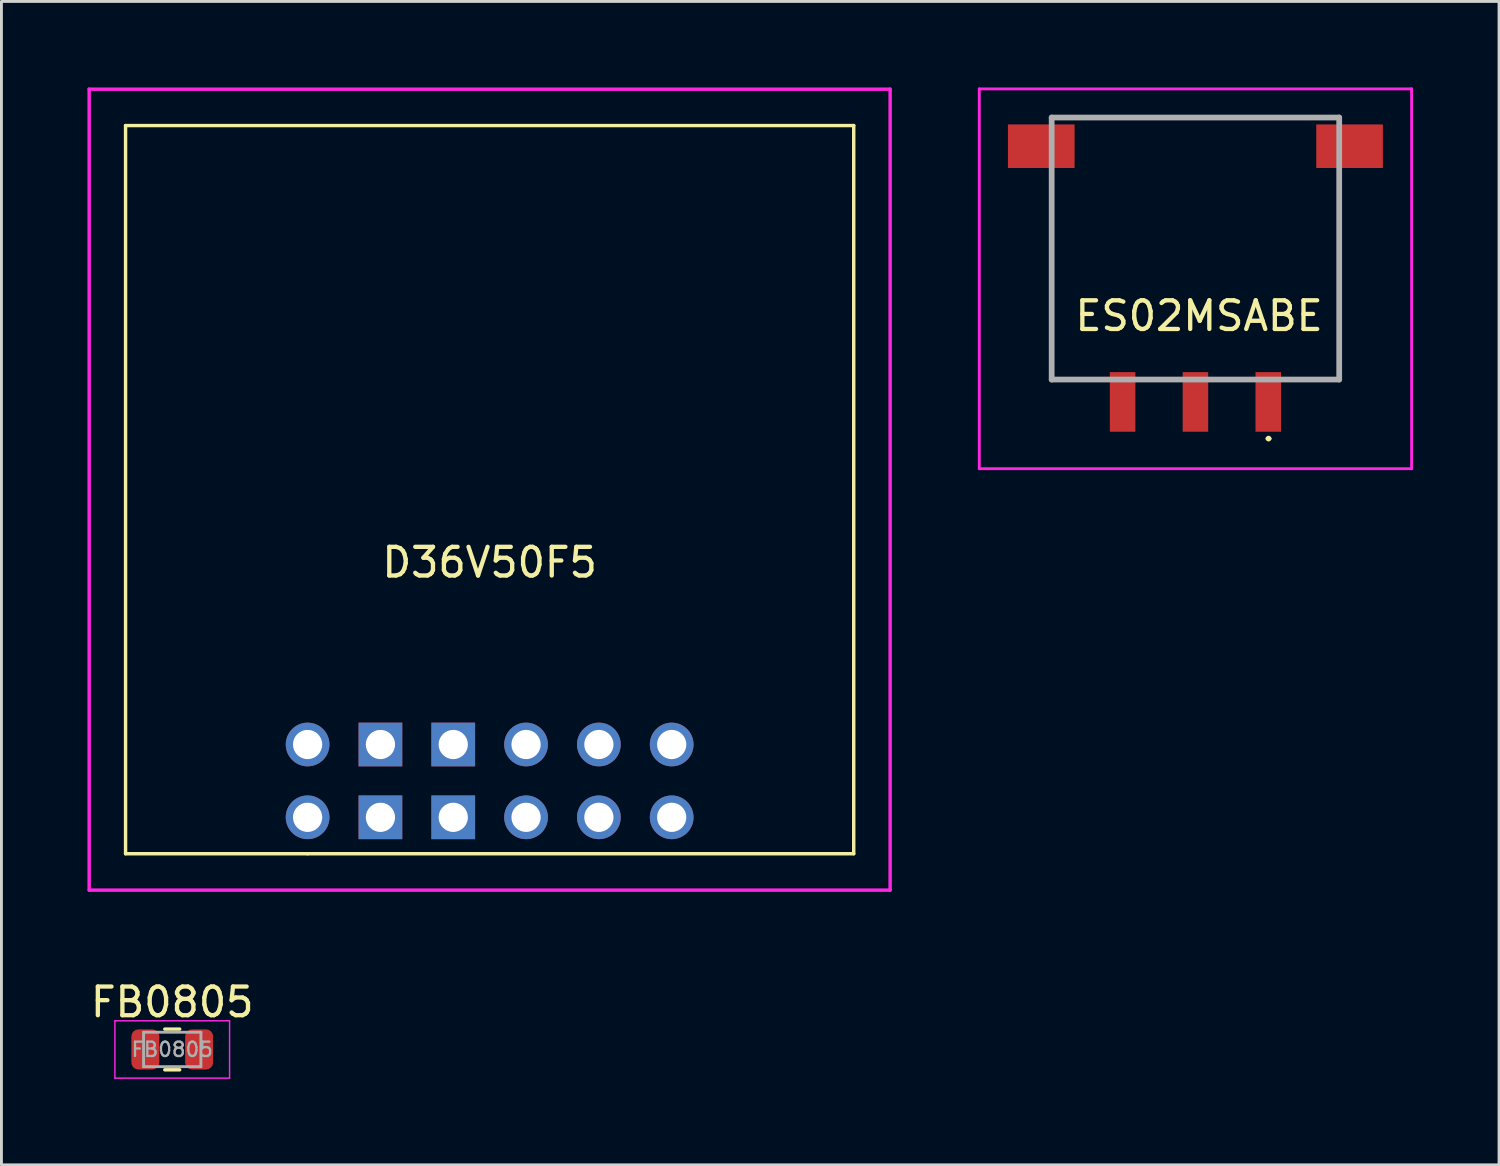
<source format=kicad_pcb>
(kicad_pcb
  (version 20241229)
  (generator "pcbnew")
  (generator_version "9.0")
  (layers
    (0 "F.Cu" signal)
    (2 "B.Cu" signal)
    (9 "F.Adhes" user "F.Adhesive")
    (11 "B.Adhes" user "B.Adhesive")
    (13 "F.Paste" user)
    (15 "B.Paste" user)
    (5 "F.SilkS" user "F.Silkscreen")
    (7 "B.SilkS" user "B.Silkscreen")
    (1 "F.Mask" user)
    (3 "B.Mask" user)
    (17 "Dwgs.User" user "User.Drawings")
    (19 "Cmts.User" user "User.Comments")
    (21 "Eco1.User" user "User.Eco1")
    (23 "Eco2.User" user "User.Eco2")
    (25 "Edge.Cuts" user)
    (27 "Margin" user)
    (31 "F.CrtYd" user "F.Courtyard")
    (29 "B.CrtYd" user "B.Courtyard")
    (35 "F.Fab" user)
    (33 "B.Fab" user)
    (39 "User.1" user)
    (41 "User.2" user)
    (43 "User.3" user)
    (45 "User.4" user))
  (footprint "D36V50F5"
    (layer "F.Cu")
    (at 14.03 14.03)
    (property "Reference" "D36V50F5" (at 0 2.54 0) (layer "F.SilkS") (effects (font (size 1 1) (thickness 0.15))))
    (attr through_hole)
    (fp_line (start -12.7 -12.7) (end 12.7 -12.7) (stroke (width 0.12) (type solid)) (layer "F.SilkS"))
    (fp_line (start -12.7 12.7) (end -12.7 -12.7) (stroke (width 0.12) (type solid)) (layer "F.SilkS"))
    (fp_line (start -6.35 12.7) (end -12.7 12.7) (stroke (width 0.12) (type solid)) (layer "F.SilkS"))
    (fp_line (start 12.7 -12.7) (end 12.7 12.7) (stroke (width 0.12) (type solid)) (layer "F.SilkS"))
    (fp_line (start 12.7 12.7) (end -6.35 12.7) (stroke (width 0.12) (type solid)) (layer "F.SilkS"))
    (fp_line (start -13.97 -13.97) (end -13.97 13.97) (stroke (width 0.12) (type solid)) (layer "F.CrtYd"))
    (fp_line (start -13.97 13.97) (end 13.97 13.97) (stroke (width 0.12) (type solid)) (layer "F.CrtYd"))
    (fp_line (start 13.97 -13.97) (end -13.97 -13.97) (stroke (width 0.12) (type solid)) (layer "F.CrtYd"))
    (fp_line (start 13.97 13.97) (end 13.97 -13.97) (stroke (width 0.12) (type solid)) (layer "F.CrtYd"))
    (pad "1" thru_hole circle (at 6.35 8.89) (size 1.524 1.524) (drill 1.02) (layers "*.Cu" "*.Mask"))
    (pad "2" thru_hole circle (at 6.35 11.43) (size 1.524 1.524) (drill 1.02) (layers "*.Cu" "*.Mask"))
    (pad "3" thru_hole circle (at 3.81 8.89) (size 1.524 1.524) (drill 1.02) (layers "*.Cu" "*.Mask"))
    (pad "4" thru_hole circle (at 3.81 11.43) (size 1.524 1.524) (drill 1.02) (layers "*.Cu" "*.Mask"))
    (pad "5" thru_hole circle (at 1.27 8.89) (size 1.524 1.524) (drill 1.02) (layers "*.Cu" "*.Mask"))
    (pad "6" thru_hole circle (at 1.27 11.43) (size 1.524 1.524) (drill 1.02) (layers "*.Cu" "*.Mask"))
    (pad "7" thru_hole rect (at -1.27 8.89) (size 1.524 1.524) (drill 1.02) (layers "*.Cu" "*.Mask"))
    (pad "8" thru_hole rect (at -1.27 11.43) (size 1.524 1.524) (drill 1.02) (layers "*.Cu" "*.Mask"))
    (pad "9" thru_hole rect (at -3.81 8.89) (size 1.524 1.524) (drill 1.02) (layers "*.Cu" "*.Mask"))
    (pad "10" thru_hole rect (at -3.81 11.43) (size 1.524 1.524) (drill 1.02) (layers "*.Cu" "*.Mask"))
    (pad "11" thru_hole circle (at -6.35 8.89) (size 1.524 1.524) (drill 1.02) (layers "*.Cu" "*.Mask"))
    (pad "12" thru_hole circle (at -6.35 11.43) (size 1.524 1.524) (drill 1.02) (layers "*.Cu" "*.Mask")))
  (footprint "FB0805"
    (layer "F.Cu")
    (at 2.958 33.558)
    (property "Reference" "FB0805" (at 0 -1.65 0) (layer "F.SilkS") (effects (font (size 1 1) (thickness 0.15))))
    (attr smd)
    (fp_line (start -0.259 -0.71) (end 0.259 -0.71) (stroke (width 0.12) (type solid)) (layer "F.SilkS"))
    (fp_line (start -0.259 0.71) (end 0.259 0.71) (stroke (width 0.12) (type solid)) (layer "F.SilkS"))
    (fp_line (start -2 -1) (end 2 -1) (stroke (width 0.05) (type solid)) (layer "F.CrtYd"))
    (fp_line (start -2 1) (end -2 -1) (stroke (width 0.05) (type solid)) (layer "F.CrtYd"))
    (fp_line (start 2 -1) (end 2 1) (stroke (width 0.05) (type solid)) (layer "F.CrtYd"))
    (fp_line (start 2 1) (end -2 1) (stroke (width 0.05) (type solid)) (layer "F.CrtYd"))
    (fp_line (start -1 -0.6) (end 1 -0.6) (stroke (width 0.1) (type solid)) (layer "F.Fab"))
    (fp_line (start -1 0.6) (end -1 -0.6) (stroke (width 0.1) (type solid)) (layer "F.Fab"))
    (fp_line (start 1 -0.6) (end 1 0.6) (stroke (width 0.1) (type solid)) (layer "F.Fab"))
    (fp_line (start 1 0.6) (end -1 0.6) (stroke (width 0.1) (type solid)) (layer "F.Fab"))
    (fp_text user "${REFERENCE}" (at 0 0 0) (layer "F.Fab") (effects (font (size 0.5 0.5) (thickness 0.08))))
    (pad "1" smd roundrect (at -0.938 0) (size 0.975 1.4) (layers "F.Cu" "F.Mask" "F.Paste") (roundrect_rratio 0.25))
    (pad "2" smd roundrect (at 0.938 0) (size 0.975 1.4) (layers "F.Cu" "F.Mask" "F.Paste") (roundrect_rratio 0.25)))
  (footprint "ES02MSABE"
    (layer "F.Cu")
    (at 38.646 6.68)
    (property "Reference" "ES02MSABE" (at 0.131 1.29 0) (layer "F.SilkS") (effects (font (size 1 1) (thickness 0.15))))
    (attr through_hole)
    (fp_line (start -5.011 -5.63) (end 5.019 -5.63) (stroke (width 0.1) (type solid)) (layer "F.SilkS"))
    (fp_line (start -5.011 -3.09) (end -5.011 3.51) (stroke (width 0.1) (type solid)) (layer "F.SilkS"))
    (fp_line (start -5.011 3.51) (end -5.011 3.51) (stroke (width 0.1) (type solid)) (layer "F.SilkS"))
    (fp_line (start -5.011 3.51) (end -3.496 3.51) (stroke (width 0.1) (type solid)) (layer "F.SilkS"))
    (fp_line (start -1.561 3.51) (end -1.066 3.51) (stroke (width 0.1) (type solid)) (layer "F.SilkS"))
    (fp_line (start 1.009 3.51) (end 1.504 3.51) (stroke (width 0.1) (type solid)) (layer "F.SilkS"))
    (fp_line (start 2.504 5.57) (end 2.504 5.57) (stroke (width 0.1) (type solid)) (layer "F.SilkS"))
    (fp_line (start 2.604 5.57) (end 2.604 5.57) (stroke (width 0.1) (type solid)) (layer "F.SilkS"))
    (fp_line (start 5.019 3.51) (end 3.504 3.51) (stroke (width 0.1) (type solid)) (layer "F.SilkS"))
    (fp_line (start 5.019 3.51) (end 5.019 -3.09) (stroke (width 0.1) (type solid)) (layer "F.SilkS"))
    (fp_arc (start 2.5038 5.5698) (mid 2.5538 5.5198) (end 2.6038 5.5698) (stroke (width 0.1) (type solid)) (layer "F.SilkS"))
    (fp_arc (start 2.6038 5.5698) (mid 2.5538 5.6198) (end 2.5038 5.5698) (stroke (width 0.1) (type solid)) (layer "F.SilkS"))
    (fp_line (start -7.536 -6.63) (end 7.544 -6.63) (stroke (width 0.1) (type solid)) (layer "F.CrtYd"))
    (fp_line (start -7.536 6.62) (end -7.536 -6.63) (stroke (width 0.1) (type solid)) (layer "F.CrtYd"))
    (fp_line (start 7.544 -6.63) (end 7.544 6.62) (stroke (width 0.1) (type solid)) (layer "F.CrtYd"))
    (fp_line (start 7.544 6.62) (end -7.536 6.62) (stroke (width 0.1) (type solid)) (layer "F.CrtYd"))
    (fp_line (start -5.011 -5.63) (end 5.019 -5.63) (stroke (width 0.2) (type solid)) (layer "F.Fab"))
    (fp_line (start -5.011 3.51) (end -5.011 -5.63) (stroke (width 0.2) (type solid)) (layer "F.Fab"))
    (fp_line (start 5.019 -5.63) (end 5.019 3.51) (stroke (width 0.2) (type solid)) (layer "F.Fab"))
    (fp_line (start 5.019 3.51) (end -5.011 3.51) (stroke (width 0.2) (type solid)) (layer "F.Fab"))
    (pad "1" smd rect (at 2.544 4.29) (size 0.89 2.08) (layers "F.Cu" "F.Mask" "F.Paste"))
    (pad "2" smd rect (at 0.004 4.29) (size 0.89 2.08) (layers "F.Cu" "F.Mask" "F.Paste"))
    (pad "3" smd rect (at -2.536 4.29) (size 0.89 2.08) (layers "F.Cu" "F.Mask" "F.Paste"))
    (pad "4" smd rect (at -5.374 -4.63 90) (size 1.52 2.325) (layers "F.Cu" "F.Mask" "F.Paste"))
    (pad "5" smd rect (at 5.381 -4.63 90) (size 1.52 2.325) (layers "F.Cu" "F.Mask" "F.Paste")))
  (gr_rect
    (start -3 -3)
    (end 49.24 37.583)
    (stroke (width 0.1) (type default))
    (fill no)
    (layer "Edge.Cuts")))
</source>
